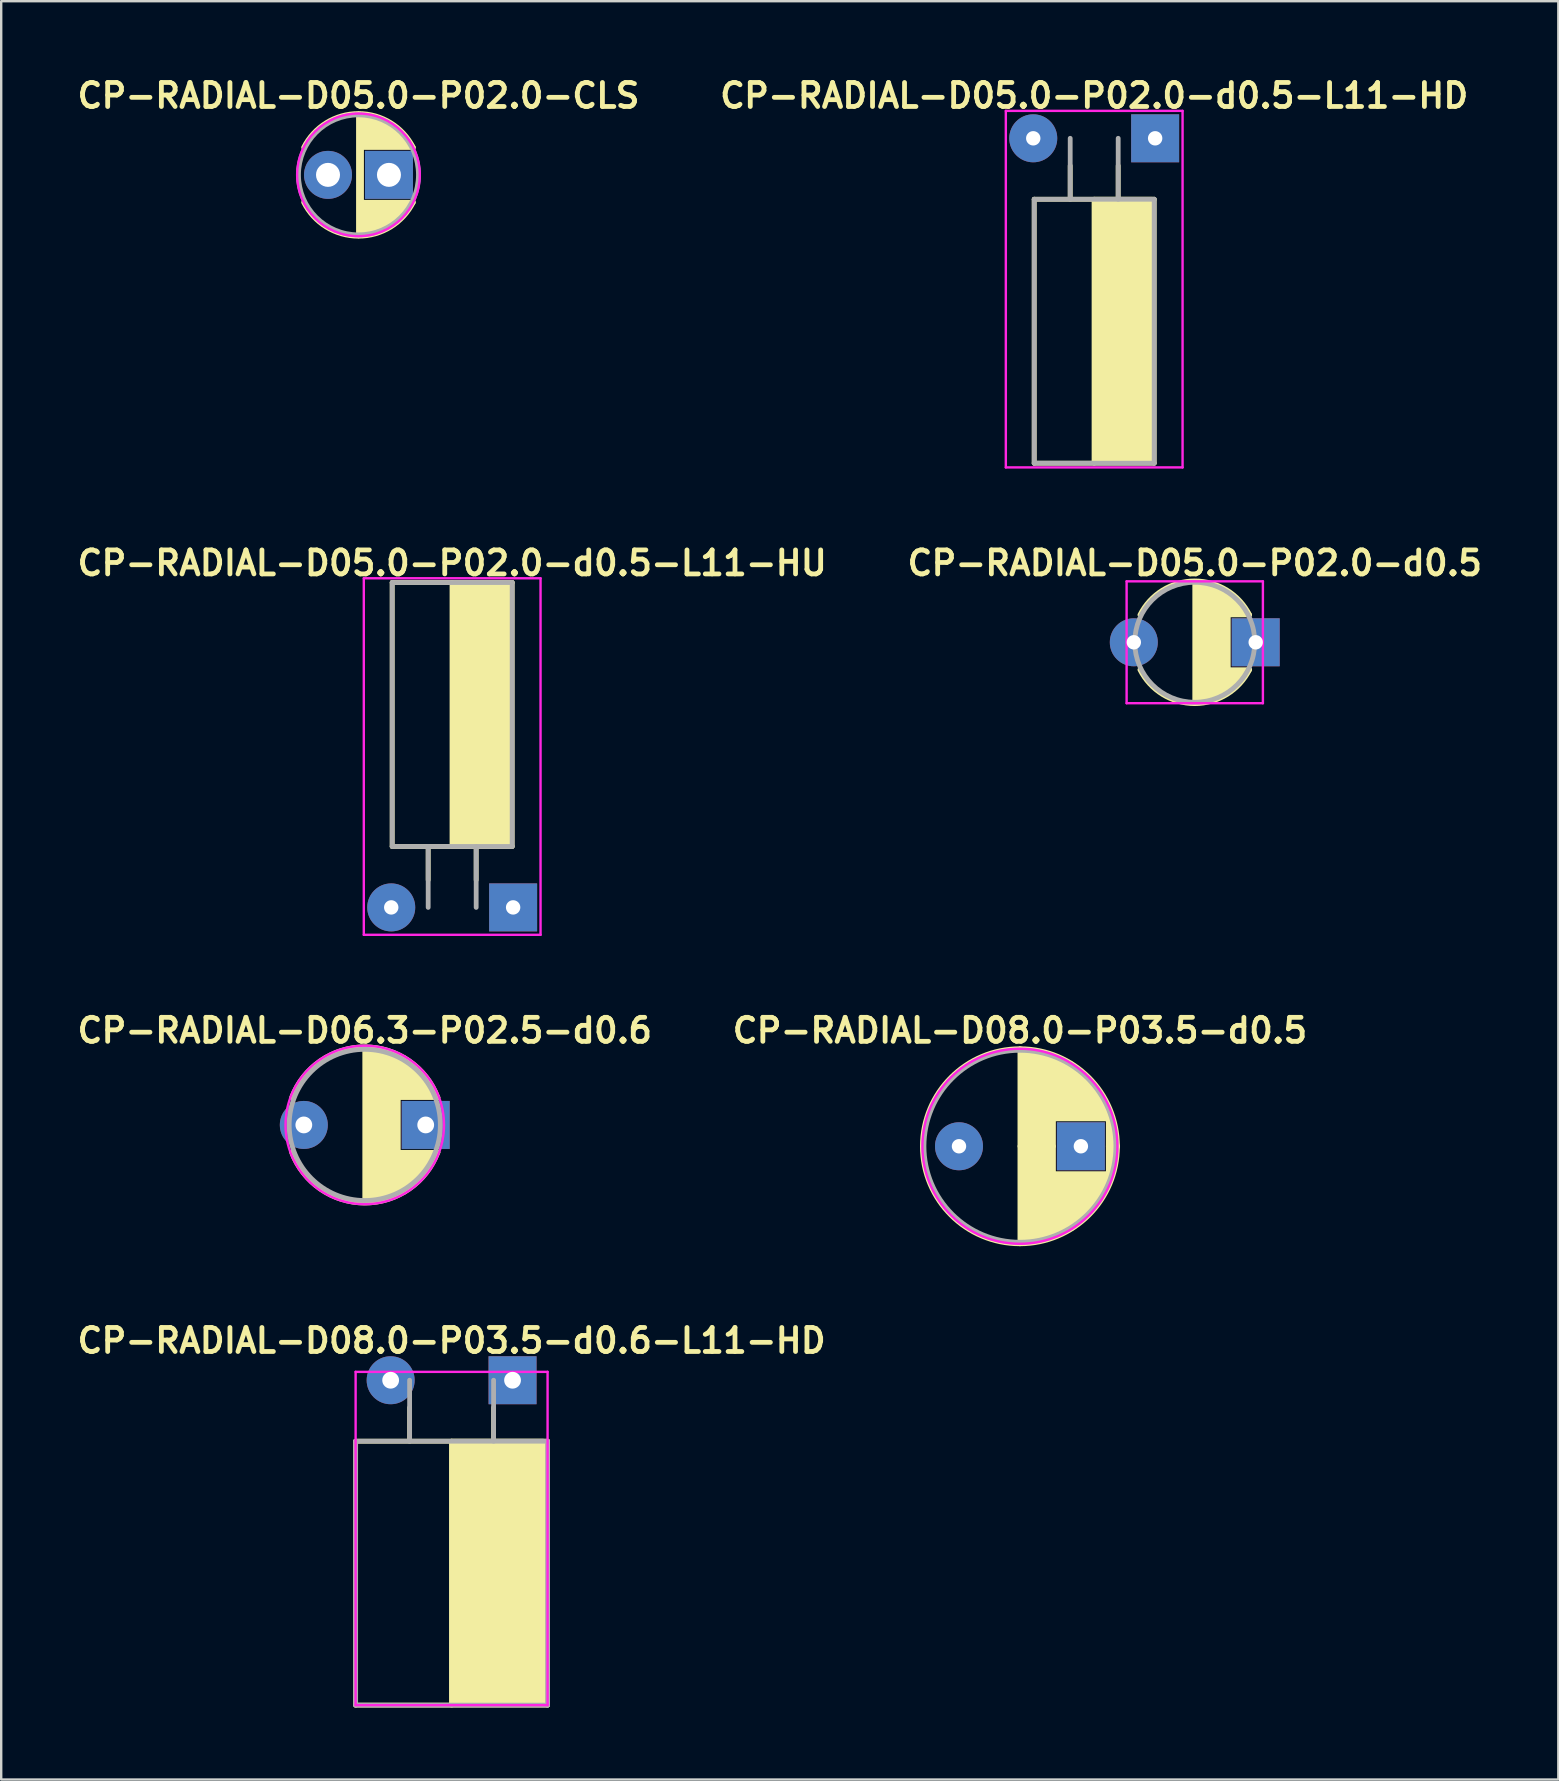
<source format=kicad_pcb>
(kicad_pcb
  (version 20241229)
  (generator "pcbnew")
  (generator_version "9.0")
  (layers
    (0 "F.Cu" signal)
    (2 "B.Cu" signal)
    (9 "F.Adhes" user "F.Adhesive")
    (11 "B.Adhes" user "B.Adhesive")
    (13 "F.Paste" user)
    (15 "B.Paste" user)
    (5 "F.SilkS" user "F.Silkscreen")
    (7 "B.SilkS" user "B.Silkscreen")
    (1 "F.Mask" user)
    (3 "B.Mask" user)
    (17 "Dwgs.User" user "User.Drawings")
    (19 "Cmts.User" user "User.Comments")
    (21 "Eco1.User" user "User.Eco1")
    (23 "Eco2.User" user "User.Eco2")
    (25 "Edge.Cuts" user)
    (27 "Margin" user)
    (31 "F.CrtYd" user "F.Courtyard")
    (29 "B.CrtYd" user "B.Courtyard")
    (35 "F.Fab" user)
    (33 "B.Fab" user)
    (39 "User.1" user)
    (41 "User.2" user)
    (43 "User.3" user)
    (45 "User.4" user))
  (footprint "CP-RADIAL-D08.0-P03.5-d0.5"
    (layer "F.Cu")
    (at 39.457 44.722)
    (property "Reference" "CP-RADIAL-D08.0-P03.5-d0.5" (at 0 -4.826 0) (layer "F.SilkS") (effects (font (size 1 1) (thickness 0.2))))
    (attr through_hole)
    (fp_circle (center 0 0) (end 4.064 0) (stroke (width 0.2) (type solid)) (fill no) (layer "F.SilkS"))
    (fp_poly (pts (xy 0 -4.064) (xy 2.159 -3.429) (xy 3.683 -1.651) (xy 4.064 0) (xy 3.683 0) (xy 3.683 -1.143) (xy 1.397 -1.143) (xy 1.397 0) (xy 0 0)) (stroke (width 0.2) (type solid)) (fill yes) (layer "F.SilkS"))
    (fp_poly (pts (xy 0 4.064) (xy 2.159 3.429) (xy 3.683 1.651) (xy 4.064 0) (xy 3.683 0) (xy 3.683 1.143) (xy 1.397 1.143) (xy 1.397 0) (xy 0 0)) (stroke (width 0.2) (type solid)) (fill yes) (layer "F.SilkS"))
    (fp_circle (center 0 0) (end 4.064 0) (stroke (width 0.1) (type solid)) (fill no) (layer "F.CrtYd"))
    (fp_circle (center 0 0) (end 4 0) (stroke (width 0.2) (type solid)) (fill no) (layer "F.Fab"))
    (pad "+" thru_hole circle (at -2.54 0) (size 2 2) (drill 0.6) (layers "*.Cu" "*.Mask"))
    (pad "-" thru_hole rect (at 2.54 0) (size 2 2) (drill 0.6) (layers "*.Cu" "*.Mask")))
  (footprint "CP-RADIAL-D05.0-P02.0-d0.5-L11-HD"
    (layer "F.Cu")
    (at 42.552 2.714)
    (property "Reference" "CP-RADIAL-D05.0-P02.0-d0.5-L11-HD" (at 0 -1.778 0) (layer "F.SilkS") (effects (font (size 1 1) (thickness 0.2))))
    (attr through_hole)
    (fp_line (start -2.5 2.54) (end 2.5 2.54) (stroke (width 0.2) (type solid)) (layer "F.SilkS"))
    (fp_line (start -2.5 13.54) (end -2.5 2.54) (stroke (width 0.2) (type solid)) (layer "F.SilkS"))
    (fp_line (start -2.5 13.54) (end 2.5 13.54) (stroke (width 0.2) (type solid)) (layer "F.SilkS"))
    (fp_line (start -1 2.54) (end -1 1.143) (stroke (width 0.2) (type solid)) (layer "F.SilkS"))
    (fp_line (start 0 13.54) (end 0 2.54) (stroke (width 0.2) (type solid)) (layer "F.SilkS"))
    (fp_line (start 1 2.54) (end 1 1.143) (stroke (width 0.2) (type solid)) (layer "F.SilkS"))
    (fp_line (start 2.5 13.54) (end 2.5 2.54) (stroke (width 0.2) (type solid)) (layer "F.SilkS"))
    (fp_poly (pts (xy 0 2.54) (xy 2.413 2.54) (xy 2.413 13.462) (xy 0 13.462)) (stroke (width 0.2) (type solid)) (fill yes) (layer "F.SilkS"))
    (fp_line (start -3.683 -1.143) (end 3.683 -1.143) (stroke (width 0.1) (type solid)) (layer "F.CrtYd"))
    (fp_line (start -3.683 13.716) (end -3.683 -1.143) (stroke (width 0.1) (type solid)) (layer "F.CrtYd"))
    (fp_line (start -3.683 13.716) (end 3.683 13.716) (stroke (width 0.1) (type solid)) (layer "F.CrtYd"))
    (fp_line (start 3.683 13.716) (end 3.683 -1.143) (stroke (width 0.1) (type solid)) (layer "F.CrtYd"))
    (fp_line (start -2.5 2.54) (end 2.5 2.54) (stroke (width 0.2) (type solid)) (layer "F.Fab"))
    (fp_line (start -2.5 13.54) (end -2.5 2.54) (stroke (width 0.2) (type solid)) (layer "F.Fab"))
    (fp_line (start -2.5 13.54) (end 2.5 13.54) (stroke (width 0.2) (type solid)) (layer "F.Fab"))
    (fp_line (start -1 2.54) (end -1 0) (stroke (width 0.2) (type solid)) (layer "F.Fab"))
    (fp_line (start 1 2.54) (end 1 0) (stroke (width 0.2) (type solid)) (layer "F.Fab"))
    (fp_line (start 2.5 13.54) (end 2.5 2.54) (stroke (width 0.2) (type solid)) (layer "F.Fab"))
    (pad "+" thru_hole circle (at -2.54 0) (size 2 2) (drill 0.6) (layers "*.Cu" "*.Mask"))
    (pad "-" thru_hole rect (at 2.54 0) (size 2 2) (drill 0.6) (layers "*.Cu" "*.Mask")))
  (footprint "CP-RADIAL-D08.0-P03.5-d0.6-L11-HD"
    (layer "F.Cu")
    (at 15.771 54.473)
    (property "Reference" "CP-RADIAL-D08.0-P03.5-d0.6-L11-HD" (at 0 -1.651 0) (layer "F.SilkS") (effects (font (size 1 1) (thickness 0.2))))
    (attr through_hole)
    (fp_line (start -4 2.54) (end 4 2.54) (stroke (width 0.2) (type solid)) (layer "F.SilkS"))
    (fp_line (start -4 13.54) (end -4 2.54) (stroke (width 0.2) (type solid)) (layer "F.SilkS"))
    (fp_line (start -4 13.54) (end 4 13.54) (stroke (width 0.2) (type solid)) (layer "F.SilkS"))
    (fp_line (start -1.75 2.54) (end -1.75 1.143) (stroke (width 0.2) (type solid)) (layer "F.SilkS"))
    (fp_line (start 0 13.54) (end 0 2.54) (stroke (width 0.2) (type solid)) (layer "F.SilkS"))
    (fp_line (start 1.75 2.54) (end 1.75 1.143) (stroke (width 0.2) (type solid)) (layer "F.SilkS"))
    (fp_line (start 4 13.54) (end 4 2.54) (stroke (width 0.2) (type solid)) (layer "F.SilkS"))
    (fp_poly (pts (xy 0 2.54) (xy 3.81 2.54) (xy 3.81 13.462) (xy 0 13.462)) (stroke (width 0.2) (type solid)) (fill yes) (layer "F.SilkS"))
    (fp_line (start -4 -0.35) (end 4 -0.35) (stroke (width 0.1) (type solid)) (layer "F.CrtYd"))
    (fp_line (start -4 13.54) (end -4 -0.35) (stroke (width 0.1) (type solid)) (layer "F.CrtYd"))
    (fp_line (start -4 13.54) (end 4 13.54) (stroke (width 0.1) (type solid)) (layer "F.CrtYd"))
    (fp_line (start 4 13.54) (end 4 -0.35) (stroke (width 0.1) (type solid)) (layer "F.CrtYd"))
    (fp_line (start -4 2.54) (end 4 2.54) (stroke (width 0.2) (type solid)) (layer "F.Fab"))
    (fp_line (start -4 13.54) (end -4 2.54) (stroke (width 0.2) (type solid)) (layer "F.Fab"))
    (fp_line (start -4 13.54) (end 4 13.54) (stroke (width 0.2) (type solid)) (layer "F.Fab"))
    (fp_line (start -1.75 2.54) (end -1.75 0) (stroke (width 0.2) (type solid)) (layer "F.Fab"))
    (fp_line (start 1.75 2.54) (end 1.75 0) (stroke (width 0.2) (type solid)) (layer "F.Fab"))
    (fp_line (start 4 13.54) (end 4 2.54) (stroke (width 0.2) (type solid)) (layer "F.Fab"))
    (pad "+" thru_hole circle (at -2.54 0) (size 2 2) (drill 0.7) (layers "*.Cu" "*.Mask"))
    (pad "-" thru_hole rect (at 2.54 0) (size 2 2) (drill 0.7) (layers "*.Cu" "*.Mask")))
  (footprint "CP-RADIAL-D05.0-P02.0-d0.5"
    (layer "F.Cu")
    (at 46.743 23.718)
    (property "Reference" "CP-RADIAL-D05.0-P02.0-d0.5" (at 0 -3.302 0) (layer "F.SilkS") (effects (font (size 1 1) (thickness 0.2))))
    (attr through_hole)
    (fp_arc (start -2.285999 -1.143) (mid 0 -2.555825) (end 2.285999 -1.142999) (stroke (width 0.2) (type solid)) (layer "F.SilkS"))
    (fp_arc (start 2.285999 1.143) (mid 0 2.555825) (end -2.285999 1.142999) (stroke (width 0.2) (type solid)) (layer "F.SilkS"))
    (fp_poly (pts (xy 0 -2.54) (xy 0.762 -2.413) (xy 1.905 -1.651) (xy 2.286 -1.143) (xy 1.397 -1.143) (xy 1.397 1.143) (xy 2.286 1.143) (xy 1.905 1.651) (xy 0.762 2.413) (xy 0 2.54)) (stroke (width 0.2) (type solid)) (fill yes) (layer "F.SilkS"))
    (fp_line (start -2.84 -2.54) (end -2.84 2.54) (stroke (width 0.1) (type solid)) (layer "F.CrtYd"))
    (fp_line (start -2.84 -2.54) (end 2.84 -2.54) (stroke (width 0.1) (type solid)) (layer "F.CrtYd"))
    (fp_line (start -2.84 2.54) (end 2.84 2.54) (stroke (width 0.1) (type solid)) (layer "F.CrtYd"))
    (fp_line (start 2.84 -2.54) (end 2.84 2.54) (stroke (width 0.1) (type solid)) (layer "F.CrtYd"))
    (fp_circle (center 0 0) (end 2.5 0) (stroke (width 0.2) (type solid)) (fill no) (layer "F.Fab"))
    (pad "+" thru_hole circle (at -2.54 0) (size 2 2) (drill 0.6) (layers "*.Cu" "*.Mask"))
    (pad "-" thru_hole rect (at 2.54 0) (size 2 2) (drill 0.6) (layers "*.Cu" "*.Mask")))
  (footprint "CP-RADIAL-D05.0-P02.0-CLS"
    (layer "F.Cu")
    (at 11.89 4.238)
    (property "Reference" "CP-RADIAL-D05.0-P02.0-CLS" (at 0 -3.302 0) (layer "F.SilkS") (effects (font (size 1 1) (thickness 0.2))))
    (attr through_hole)
    (fp_arc (start -2.285999 -1.143) (mid 0 -2.555825) (end 2.285999 -1.142999) (stroke (width 0.2) (type solid)) (layer "F.SilkS"))
    (fp_arc (start 2.285999 1.143) (mid 0 2.555825) (end -2.285999 1.142999) (stroke (width 0.2) (type solid)) (layer "F.SilkS"))
    (fp_poly (pts (xy 0 -2.54) (xy 0.762 -2.413) (xy 1.905 -1.651) (xy 2.286 -1.143) (xy 0.127 -1.143) (xy 0.127 1.143) (xy 2.286 1.143) (xy 1.905 1.651) (xy 0.762 2.413) (xy 0 2.54)) (stroke (width 0.2) (type solid)) (fill yes) (layer "F.SilkS"))
    (fp_circle (center 0 0) (end 2.286 -1.143) (stroke (width 0.1) (type solid)) (fill no) (layer "F.CrtYd"))
    (fp_circle (center 0 0) (end 2.5 0) (stroke (width 0.2) (type solid)) (fill no) (layer "F.Fab"))
    (pad "+" thru_hole circle (at -1.27 0) (size 2 2) (drill 1) (layers "B.Cu" "B.Mask"))
    (pad "-" thru_hole rect (at 1.27 0) (size 2 2) (drill 1) (layers "B.Cu" "B.Mask")))
  (footprint "CP-RADIAL-D06.3-P02.5-d0.6"
    (layer "F.Cu")
    (at 12.152 43.833)
    (property "Reference" "CP-RADIAL-D06.3-P02.5-d0.6" (at 0 -3.937 0) (layer "F.SilkS") (effects (font (size 1 1) (thickness 0.2))))
    (attr through_hole)
    (fp_arc (start -3.048 -1.143) (mid 0 -3.255265) (end 3.048 -1.142999) (stroke (width 0.2) (type solid)) (layer "F.SilkS"))
    (fp_arc (start 3.048 1.143) (mid 0 3.255265) (end -3.048 1.142999) (stroke (width 0.2) (type solid)) (layer "F.SilkS"))
    (fp_poly (pts (xy 0 -3.175) (xy 1.651 -2.794) (xy 3.048 -1.143) (xy 1.397 -1.143) (xy 1.397 1.143) (xy 3.048 1.143) (xy 1.651 2.794) (xy 0 3.175)) (stroke (width 0.2) (type solid)) (fill yes) (layer "F.SilkS"))
    (fp_circle (center 0 0) (end 3.302 0) (stroke (width 0.1) (type solid)) (fill no) (layer "F.CrtYd"))
    (fp_circle (center 0 0) (end 3.15 0) (stroke (width 0.2) (type solid)) (fill no) (layer "F.Fab"))
    (pad "+" thru_hole circle (at -2.54 0) (size 2 2) (drill 0.7) (layers "*.Cu" "*.Mask"))
    (pad "-" thru_hole rect (at 2.54 0) (size 2 2) (drill 0.7) (layers "*.Cu" "*.Mask")))
  (footprint "CP-RADIAL-D05.0-P02.0-d0.5-L11-HU"
    (layer "F.Cu")
    (at 15.795 34.767)
    (property "Reference" "CP-RADIAL-D05.0-P02.0-d0.5-L11-HU" (at 0 -14.351 0) (layer "F.SilkS") (effects (font (size 1 1) (thickness 0.2))))
    (attr through_hole)
    (fp_line (start -2.5 -13.54) (end -2.5 -2.54) (stroke (width 0.2) (type solid)) (layer "F.SilkS"))
    (fp_line (start -2.5 -13.54) (end 2.5 -13.54) (stroke (width 0.2) (type solid)) (layer "F.SilkS"))
    (fp_line (start -2.5 -2.54) (end 2.5 -2.54) (stroke (width 0.2) (type solid)) (layer "F.SilkS"))
    (fp_line (start -1 -2.54) (end -1 -1.143) (stroke (width 0.2) (type solid)) (layer "F.SilkS"))
    (fp_line (start 0 -13.54) (end 0 -2.54) (stroke (width 0.2) (type solid)) (layer "F.SilkS"))
    (fp_line (start 1 -2.54) (end 1 -1.143) (stroke (width 0.2) (type solid)) (layer "F.SilkS"))
    (fp_line (start 2.5 -13.54) (end 2.5 -2.54) (stroke (width 0.2) (type solid)) (layer "F.SilkS"))
    (fp_poly (pts (xy 0 -13.462) (xy 2.413 -13.462) (xy 2.413 -2.54) (xy 0 -2.54)) (stroke (width 0.2) (type solid)) (fill yes) (layer "F.SilkS"))
    (fp_line (start -3.683 -13.716) (end -3.683 1.143) (stroke (width 0.1) (type solid)) (layer "F.CrtYd"))
    (fp_line (start -3.683 -13.716) (end 3.683 -13.716) (stroke (width 0.1) (type solid)) (layer "F.CrtYd"))
    (fp_line (start -3.683 1.143) (end 3.683 1.143) (stroke (width 0.1) (type solid)) (layer "F.CrtYd"))
    (fp_line (start 3.683 -13.716) (end 3.683 1.143) (stroke (width 0.1) (type solid)) (layer "F.CrtYd"))
    (fp_line (start -2.5 -13.54) (end -2.5 -2.54) (stroke (width 0.2) (type solid)) (layer "F.Fab"))
    (fp_line (start -2.5 -13.54) (end 2.5 -13.54) (stroke (width 0.2) (type solid)) (layer "F.Fab"))
    (fp_line (start -2.5 -2.54) (end 2.5 -2.54) (stroke (width 0.2) (type solid)) (layer "F.Fab"))
    (fp_line (start -1 -2.54) (end -1 0) (stroke (width 0.2) (type solid)) (layer "F.Fab"))
    (fp_line (start 1 -2.54) (end 1 0) (stroke (width 0.2) (type solid)) (layer "F.Fab"))
    (fp_line (start 2.5 -13.54) (end 2.5 -2.54) (stroke (width 0.2) (type solid)) (layer "F.Fab"))
    (pad "+" thru_hole circle (at -2.54 0) (size 2 2) (drill 0.6) (layers "*.Cu" "*.Mask"))
    (pad "-" thru_hole rect (at 2.54 0) (size 2 2) (drill 0.6) (layers "*.Cu" "*.Mask")))
  (gr_rect
    (start -3 -3)
    (end 61.895 71.113)
    (stroke (width 0.1) (type default))
    (fill no)
    (layer "Edge.Cuts")))
</source>
